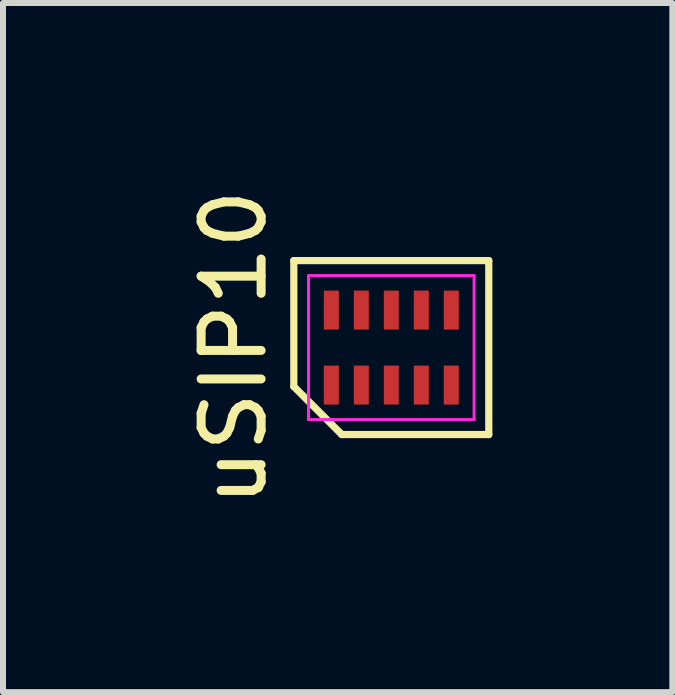
<source format=kicad_pcb>
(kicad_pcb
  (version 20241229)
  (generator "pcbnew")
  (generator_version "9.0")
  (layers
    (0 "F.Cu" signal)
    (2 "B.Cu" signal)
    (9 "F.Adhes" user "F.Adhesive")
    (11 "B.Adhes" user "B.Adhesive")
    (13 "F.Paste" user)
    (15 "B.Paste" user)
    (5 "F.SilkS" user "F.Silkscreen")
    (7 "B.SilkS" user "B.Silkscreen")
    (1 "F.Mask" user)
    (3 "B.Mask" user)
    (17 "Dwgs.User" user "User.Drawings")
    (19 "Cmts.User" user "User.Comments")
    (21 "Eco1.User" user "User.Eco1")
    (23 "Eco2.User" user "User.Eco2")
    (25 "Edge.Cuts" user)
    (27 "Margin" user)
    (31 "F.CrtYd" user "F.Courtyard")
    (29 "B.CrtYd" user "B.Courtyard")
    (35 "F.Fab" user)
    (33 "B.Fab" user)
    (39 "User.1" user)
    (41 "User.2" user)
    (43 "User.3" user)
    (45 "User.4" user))
  (footprint "uSIP10"
    (layer "F.Cu")
    (at 3.473 2.744)
    (property "Reference" "uSIP10" (at -2.625 0 90) (layer "F.SilkS") (effects (font (size 1 1) (thickness 0.15))))
    (attr smd)
    (fp_line (start -1.625 -1.45) (end 1.625 -1.45) (stroke (width 0.12) (type default)) (layer "F.SilkS"))
    (fp_line (start -1.625 0.65) (end -1.625 -1.45) (stroke (width 0.12) (type default)) (layer "F.SilkS"))
    (fp_line (start -0.825 1.45) (end -1.625 0.65) (stroke (width 0.12) (type default)) (layer "F.SilkS"))
    (fp_line (start 1.625 -1.45) (end 1.625 1.45) (stroke (width 0.12) (type default)) (layer "F.SilkS"))
    (fp_line (start 1.625 1.45) (end -0.825 1.45) (stroke (width 0.12) (type default)) (layer "F.SilkS"))
    (fp_line (start -1.38 -1.2) (end 1.38 -1.2) (stroke (width 0.05) (type default)) (layer "F.CrtYd"))
    (fp_line (start -1.38 1.2) (end -1.38 -1.2) (stroke (width 0.05) (type default)) (layer "F.CrtYd"))
    (fp_line (start 1.38 -1.2) (end 1.38 1.2) (stroke (width 0.05) (type default)) (layer "F.CrtYd"))
    (fp_line (start 1.38 1.2) (end -1.38 1.2) (stroke (width 0.05) (type default)) (layer "F.CrtYd"))
    (pad "1" smd rect (at -1 0.625) (size 0.25 0.65) (layers "F.Cu" "F.Mask" "F.Paste"))
    (pad "2" smd rect (at -0.5 0.625) (size 0.25 0.65) (layers "F.Cu" "F.Mask" "F.Paste"))
    (pad "3" smd rect (at 0 0.625) (size 0.25 0.65) (layers "F.Cu" "F.Mask" "F.Paste"))
    (pad "4" smd rect (at 0.5 0.625) (size 0.25 0.65) (layers "F.Cu" "F.Mask" "F.Paste"))
    (pad "5" smd rect (at 1 0.625) (size 0.25 0.65) (layers "F.Cu" "F.Mask" "F.Paste"))
    (pad "6" smd rect (at 1 -0.625) (size 0.25 0.65) (layers "F.Cu" "F.Mask" "F.Paste"))
    (pad "7" smd rect (at 0.5 -0.625) (size 0.25 0.65) (layers "F.Cu" "F.Mask" "F.Paste"))
    (pad "8" smd rect (at 0 -0.625) (size 0.25 0.65) (layers "F.Cu" "F.Mask" "F.Paste"))
    (pad "9" smd rect (at -0.5 -0.625) (size 0.25 0.65) (layers "F.Cu" "F.Mask" "F.Paste"))
    (pad "10" smd rect (at -1 -0.625) (size 0.25 0.65) (layers "F.Cu" "F.Mask" "F.Paste")))
  (gr_rect
    (start -3 -3)
    (end 8.158 8.488)
    (stroke (width 0.1) (type default))
    (fill no)
    (layer "Edge.Cuts")))
</source>
